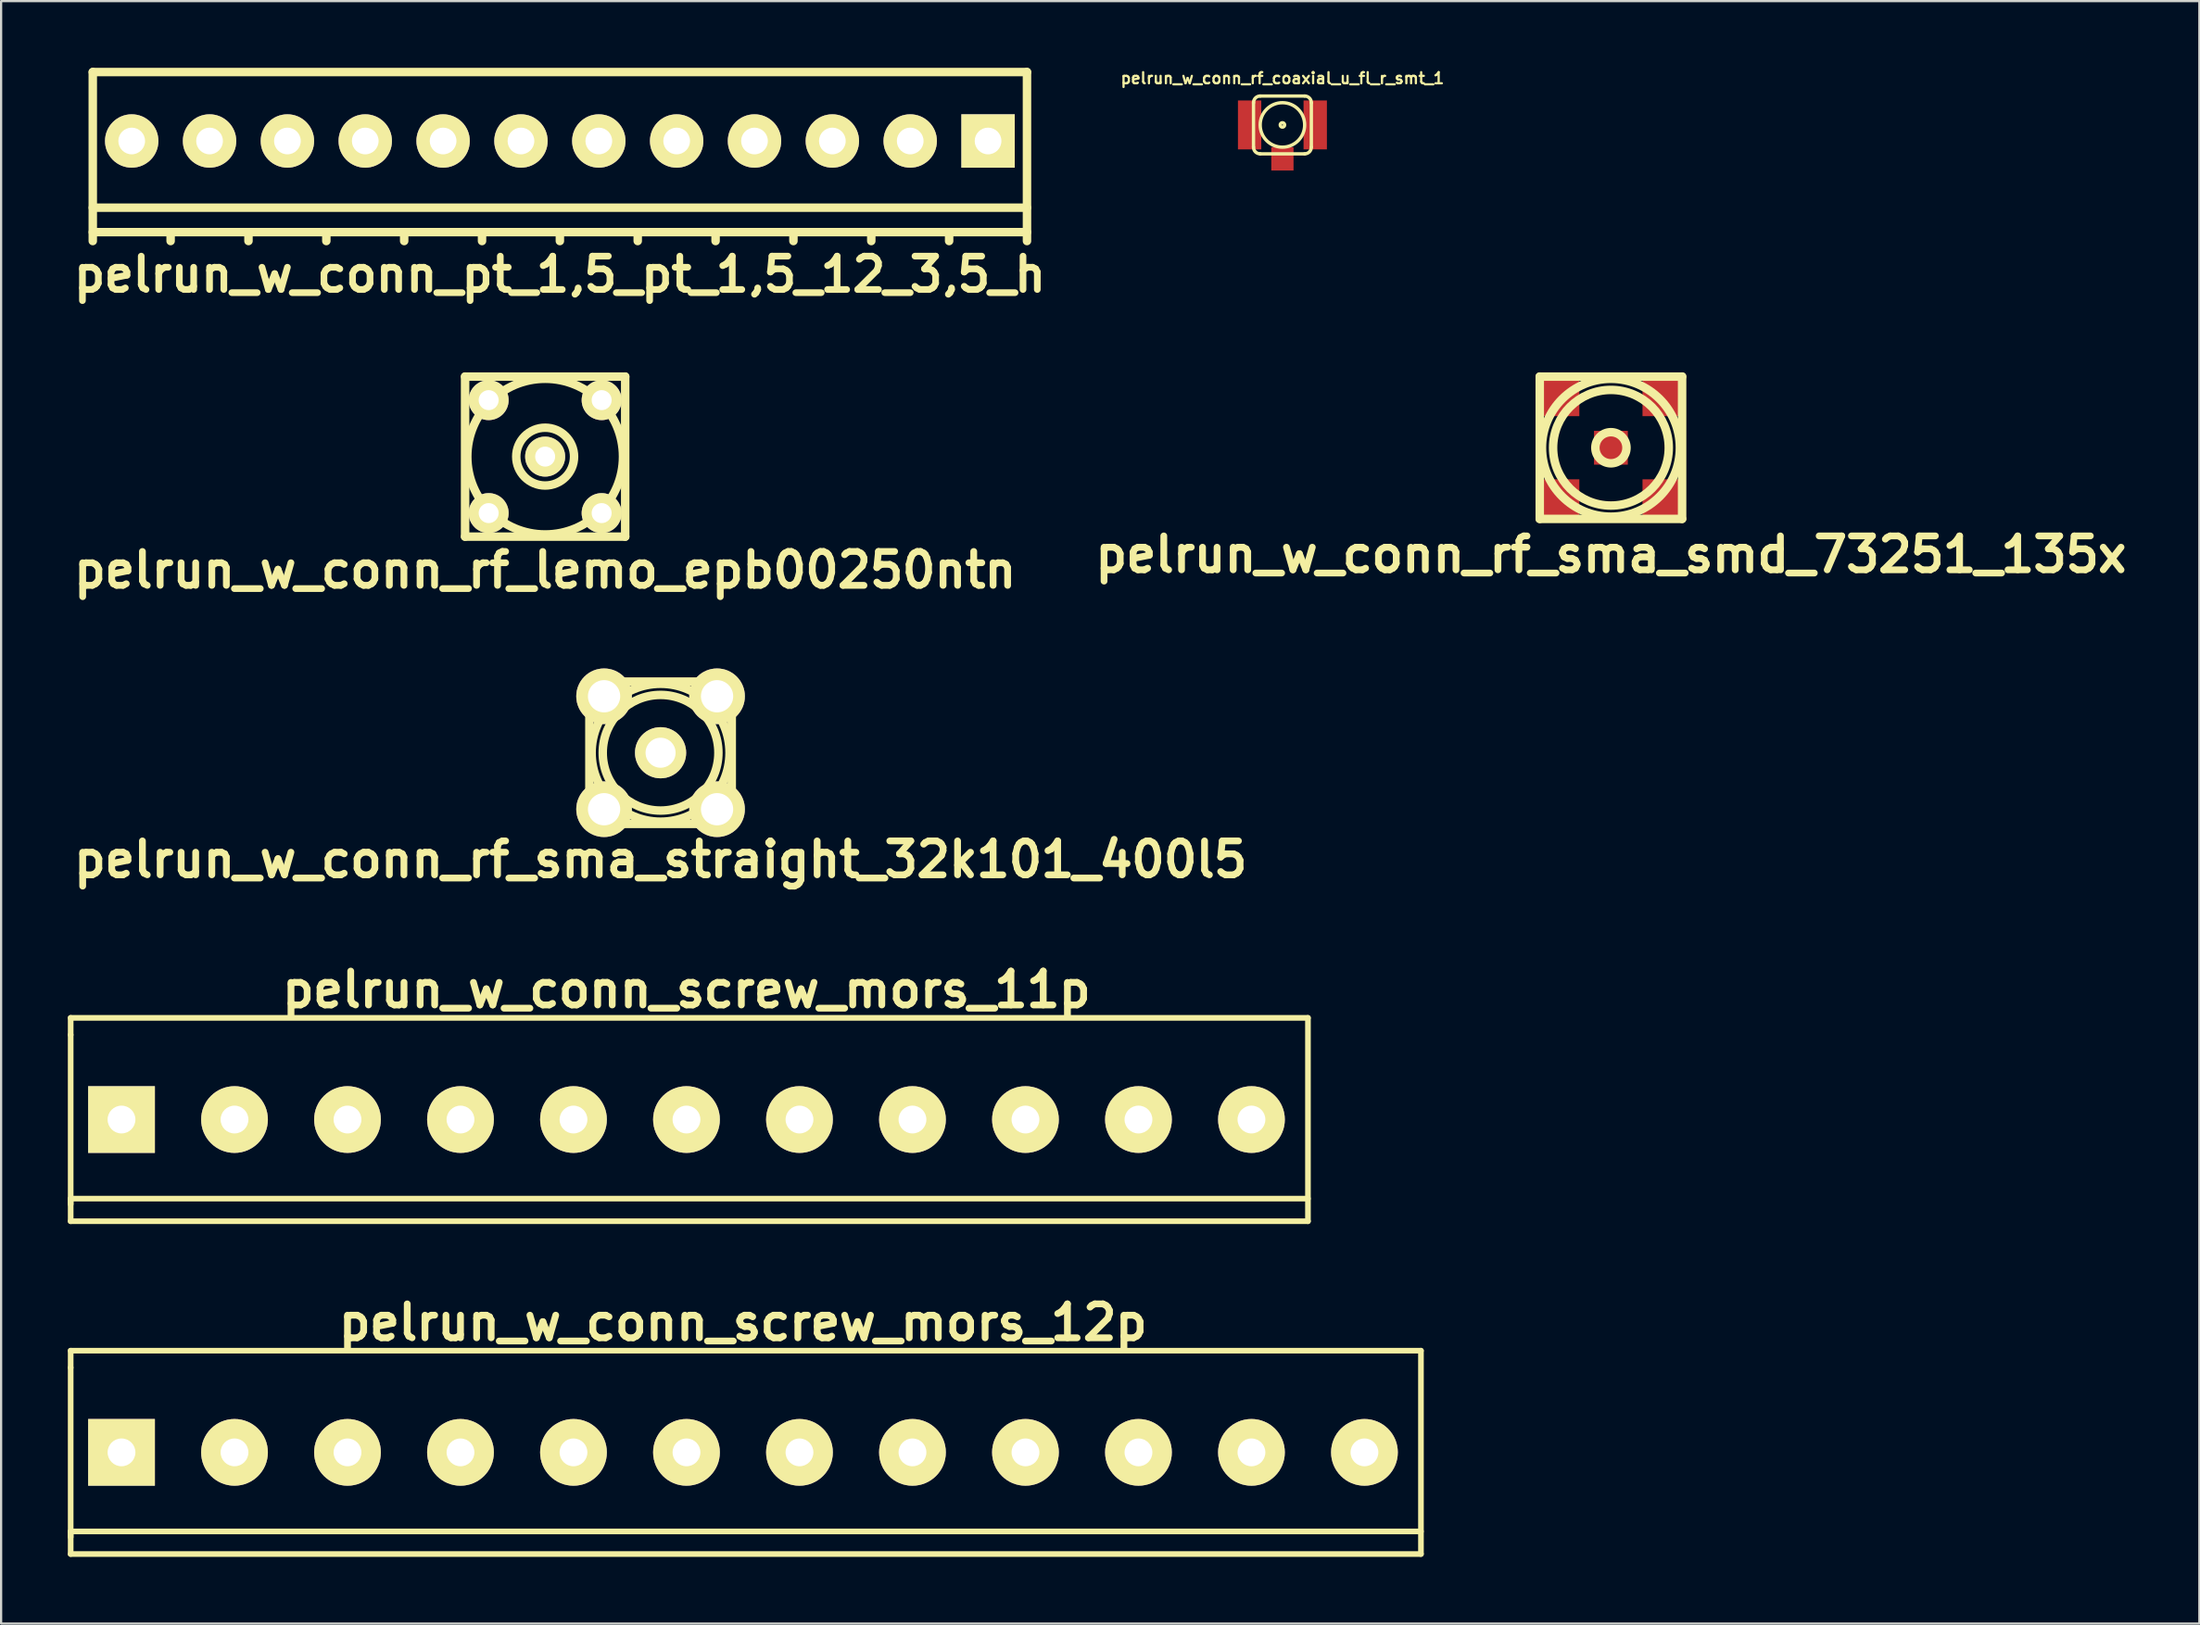
<source format=kicad_pcb>
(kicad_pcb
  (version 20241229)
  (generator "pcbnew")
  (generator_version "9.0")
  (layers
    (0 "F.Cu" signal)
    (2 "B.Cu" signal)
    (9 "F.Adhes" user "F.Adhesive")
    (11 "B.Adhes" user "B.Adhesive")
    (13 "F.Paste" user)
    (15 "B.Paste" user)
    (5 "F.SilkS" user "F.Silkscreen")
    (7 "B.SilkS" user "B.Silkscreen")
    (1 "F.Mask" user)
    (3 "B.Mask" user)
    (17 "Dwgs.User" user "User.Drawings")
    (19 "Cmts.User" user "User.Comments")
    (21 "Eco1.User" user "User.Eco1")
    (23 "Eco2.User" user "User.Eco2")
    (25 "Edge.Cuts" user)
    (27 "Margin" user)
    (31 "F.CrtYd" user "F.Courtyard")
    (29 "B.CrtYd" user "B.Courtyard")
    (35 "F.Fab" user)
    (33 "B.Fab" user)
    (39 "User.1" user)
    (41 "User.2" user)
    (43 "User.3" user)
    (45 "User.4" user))
  (footprint "pelrun_w_conn_screw_mors_11p"
    (layer "F.Cu")
    (at 27.813 47.296)
    (property "Reference" "pelrun_w_conn_screw_mors_11p" (at 0 -5.842 0) (layer "F.SilkS") (effects (font (size 1.524 1.524) (thickness 0.305))))
    (attr through_hole)
    (fp_line (start -27.686 -4.572) (end -27.686 -3.81) (stroke (width 0.254) (type solid)) (layer "F.SilkS"))
    (fp_line (start -27.686 3.81) (end -27.686 -3.81) (stroke (width 0.254) (type solid)) (layer "F.SilkS"))
    (fp_line (start -27.686 4.572) (end -27.686 3.556) (stroke (width 0.254) (type solid)) (layer "F.SilkS"))
    (fp_line (start -27.686 4.572) (end 27.94 4.572) (stroke (width 0.254) (type solid)) (layer "F.SilkS"))
    (fp_line (start 27.94 -4.572) (end -27.686 -4.572) (stroke (width 0.254) (type solid)) (layer "F.SilkS"))
    (fp_line (start 27.94 -4.572) (end 27.94 4.572) (stroke (width 0.254) (type solid)) (layer "F.SilkS"))
    (fp_line (start 27.94 3.556) (end -27.686 3.556) (stroke (width 0.254) (type solid)) (layer "F.SilkS"))
    (pad "1" thru_hole rect (at -25.4 0) (size 3 3) (drill 1.25) (layers "*.Cu" "*.Mask" "F.SilkS"))
    (pad "2" thru_hole circle (at -20.32 0) (size 3 3) (drill 1.25) (layers "*.Cu" "*.Mask" "F.SilkS"))
    (pad "3" thru_hole circle (at -15.24 0) (size 3 3) (drill 1.25) (layers "*.Cu" "*.Mask" "F.SilkS"))
    (pad "4" thru_hole circle (at -10.16 0) (size 3 3) (drill 1.25) (layers "*.Cu" "*.Mask" "F.SilkS"))
    (pad "5" thru_hole circle (at -5.08 0) (size 3 3) (drill 1.25) (layers "*.Cu" "*.Mask" "F.SilkS"))
    (pad "6" thru_hole circle (at 0 0) (size 3 3) (drill 1.25) (layers "*.Cu" "*.Mask" "F.SilkS"))
    (pad "7" thru_hole circle (at 5.08 0) (size 3 3) (drill 1.25) (layers "*.Cu" "*.Mask" "F.SilkS"))
    (pad "8" thru_hole circle (at 10.16 0) (size 3 3) (drill 1.25) (layers "*.Cu" "*.Mask" "F.SilkS"))
    (pad "9" thru_hole circle (at 15.24 0) (size 3 3) (drill 1.25) (layers "*.Cu" "*.Mask" "F.SilkS"))
    (pad "10" thru_hole circle (at 20.32 0) (size 3 3) (drill 1.25) (layers "*.Cu" "*.Mask" "F.SilkS"))
    (pad "11" thru_hole circle (at 25.4 0) (size 3 3) (drill 1.25) (layers "*.Cu" "*.Mask" "F.SilkS")))
  (footprint "pelrun_w_conn_rf_coaxial_u_fl_r_smt_1"
    (layer "F.Cu")
    (at 54.605 2.568)
    (property "Reference" "pelrun_w_conn_rf_coaxial_u_fl_r_smt_1" (at 0 -2.1 0) (layer "F.SilkS") (effects (font (size 0.5 0.5) (thickness 0.1))))
    (attr through_hole)
    (fp_line (start -1.3 1) (end -1.3 -1) (stroke (width 0.15) (type solid)) (layer "F.SilkS"))
    (fp_line (start -1 -1.3) (end 1 -1.3) (stroke (width 0.15) (type solid)) (layer "F.SilkS"))
    (fp_line (start 1 1.3) (end -1 1.3) (stroke (width 0.15) (type solid)) (layer "F.SilkS"))
    (fp_line (start 1.3 -1) (end 1.3 1) (stroke (width 0.15) (type solid)) (layer "F.SilkS"))
    (fp_arc (start -1.3 -1) (mid -1.212132 -1.212132) (end -1 -1.3) (stroke (width 0.15) (type solid)) (layer "F.SilkS"))
    (fp_arc (start -1 1.3) (mid -1.212132 1.212132) (end -1.3 1) (stroke (width 0.15) (type solid)) (layer "F.SilkS"))
    (fp_arc (start 1 -1.3) (mid 1.212132 -1.212132) (end 1.3 -1) (stroke (width 0.15) (type solid)) (layer "F.SilkS"))
    (fp_arc (start 1.3 1) (mid 1.212132 1.212132) (end 1 1.3) (stroke (width 0.15) (type solid)) (layer "F.SilkS"))
    (fp_circle (center 0 0) (end -1 0) (stroke (width 0.15) (type solid)) (fill no) (layer "F.SilkS"))
    (fp_circle (center 0 0) (end -0.1 0) (stroke (width 0.15) (type solid)) (fill no) (layer "F.SilkS"))
    (pad "1" smd rect (at 0 1.525) (size 1 1.05) (layers "F.Cu" "F.Mask" "F.Paste"))
    (pad "2" smd rect (at -1.475 0) (size 1.05 2.2) (layers "F.Cu" "F.Mask" "F.Paste"))
    (pad "2" smd rect (at 1.475 0) (size 1.05 2.2) (layers "F.Cu" "F.Mask" "F.Paste")))
  (footprint "pelrun_w_conn_pt_1,5_pt_1,5_12_3,5_h"
    (layer "F.Cu")
    (at 22.121 3.99)
    (property "Reference" "pelrun_w_conn_pt_1,5_pt_1,5_12_3,5_h" (at 0 5.3 0) (layer "F.SilkS") (effects (font (size 1.5 1.5) (thickness 0.3))))
    (attr through_hole)
    (fp_line (start -21 -3.8) (end -21 3.8) (stroke (width 0.381) (type solid)) (layer "F.SilkS"))
    (fp_line (start -21 2.3) (end 21 2.3) (stroke (width 0.381) (type solid)) (layer "F.SilkS"))
    (fp_line (start -21 3.4) (end 21 3.4) (stroke (width 0.381) (type solid)) (layer "F.SilkS"))
    (fp_line (start -17.5 3.4) (end -17.5 3.8) (stroke (width 0.381) (type solid)) (layer "F.SilkS"))
    (fp_line (start -14 3.4) (end -14 3.8) (stroke (width 0.381) (type solid)) (layer "F.SilkS"))
    (fp_line (start -10.5 3.4) (end -10.5 3.8) (stroke (width 0.381) (type solid)) (layer "F.SilkS"))
    (fp_line (start -7 3.4) (end -7 3.8) (stroke (width 0.381) (type solid)) (layer "F.SilkS"))
    (fp_line (start -3.5 3.4) (end -3.5 3.8) (stroke (width 0.381) (type solid)) (layer "F.SilkS"))
    (fp_line (start 0 3.4) (end 0 3.8) (stroke (width 0.381) (type solid)) (layer "F.SilkS"))
    (fp_line (start 3.5 3.4) (end 3.5 3.8) (stroke (width 0.381) (type solid)) (layer "F.SilkS"))
    (fp_line (start 7 3.4) (end 7 3.8) (stroke (width 0.381) (type solid)) (layer "F.SilkS"))
    (fp_line (start 10.5 3.4) (end 10.5 3.8) (stroke (width 0.381) (type solid)) (layer "F.SilkS"))
    (fp_line (start 14 3.4) (end 14 3.8) (stroke (width 0.381) (type solid)) (layer "F.SilkS"))
    (fp_line (start 17.5 3.4) (end 17.5 3.8) (stroke (width 0.381) (type solid)) (layer "F.SilkS"))
    (fp_line (start 21 -3.8) (end -21 -3.8) (stroke (width 0.381) (type solid)) (layer "F.SilkS"))
    (fp_line (start 21 3.8) (end 21 -3.8) (stroke (width 0.381) (type solid)) (layer "F.SilkS"))
    (pad "1" thru_hole rect (at 19.25 -0.7) (size 2.4 2.4) (drill 1.2) (layers "*.Cu" "*.Mask" "F.SilkS"))
    (pad "2" thru_hole circle (at 15.75 -0.7) (size 2.4 2.4) (drill 1.2) (layers "*.Cu" "*.Mask" "F.SilkS"))
    (pad "3" thru_hole circle (at 12.25 -0.7) (size 2.4 2.4) (drill 1.2) (layers "*.Cu" "*.Mask" "F.SilkS"))
    (pad "4" thru_hole circle (at 8.75 -0.7) (size 2.4 2.4) (drill 1.2) (layers "*.Cu" "*.Mask" "F.SilkS"))
    (pad "5" thru_hole circle (at 5.25 -0.7) (size 2.4 2.4) (drill 1.2) (layers "*.Cu" "*.Mask" "F.SilkS"))
    (pad "6" thru_hole circle (at 1.75 -0.7) (size 2.4 2.4) (drill 1.2) (layers "*.Cu" "*.Mask" "F.SilkS"))
    (pad "7" thru_hole circle (at -1.75 -0.7) (size 2.4 2.4) (drill 1.2) (layers "*.Cu" "*.Mask" "F.SilkS"))
    (pad "8" thru_hole circle (at -5.25 -0.7) (size 2.4 2.4) (drill 1.2) (layers "*.Cu" "*.Mask" "F.SilkS"))
    (pad "9" thru_hole circle (at -8.75 -0.7) (size 2.4 2.4) (drill 1.2) (layers "*.Cu" "*.Mask" "F.SilkS"))
    (pad "10" thru_hole circle (at -12.25 -0.7) (size 2.4 2.4) (drill 1.2) (layers "*.Cu" "*.Mask" "F.SilkS"))
    (pad "11" thru_hole circle (at -15.75 -0.7) (size 2.4 2.4) (drill 1.2) (layers "*.Cu" "*.Mask" "F.SilkS"))
    (pad "12" thru_hole circle (at -19.25 -0.7) (size 2.4 2.4) (drill 1.2) (layers "*.Cu" "*.Mask" "F.SilkS")))
  (footprint "pelrun_w_conn_screw_mors_12p"
    (layer "F.Cu")
    (at 30.353 62.263)
    (property "Reference" "pelrun_w_conn_screw_mors_12p" (at 0 -5.842 0) (layer "F.SilkS") (effects (font (size 1.524 1.524) (thickness 0.305))))
    (attr through_hole)
    (fp_line (start -30.226 -4.572) (end -30.226 -3.81) (stroke (width 0.254) (type solid)) (layer "F.SilkS"))
    (fp_line (start -30.226 3.81) (end -30.226 -3.81) (stroke (width 0.254) (type solid)) (layer "F.SilkS"))
    (fp_line (start -30.226 4.572) (end -30.226 3.556) (stroke (width 0.254) (type solid)) (layer "F.SilkS"))
    (fp_line (start -30.226 4.572) (end 30.48 4.572) (stroke (width 0.254) (type solid)) (layer "F.SilkS"))
    (fp_line (start 30.48 -4.572) (end -30.226 -4.572) (stroke (width 0.254) (type solid)) (layer "F.SilkS"))
    (fp_line (start 30.48 -4.572) (end 30.48 4.572) (stroke (width 0.254) (type solid)) (layer "F.SilkS"))
    (fp_line (start 30.48 3.556) (end -30.226 3.556) (stroke (width 0.254) (type solid)) (layer "F.SilkS"))
    (pad "1" thru_hole rect (at -27.94 0) (size 3 3) (drill 1.25) (layers "*.Cu" "*.Mask" "F.SilkS"))
    (pad "2" thru_hole circle (at -22.86 0) (size 3 3) (drill 1.25) (layers "*.Cu" "*.Mask" "F.SilkS"))
    (pad "3" thru_hole circle (at -17.78 0) (size 3 3) (drill 1.25) (layers "*.Cu" "*.Mask" "F.SilkS"))
    (pad "4" thru_hole circle (at -12.7 0) (size 3 3) (drill 1.25) (layers "*.Cu" "*.Mask" "F.SilkS"))
    (pad "5" thru_hole circle (at -7.62 0) (size 3 3) (drill 1.25) (layers "*.Cu" "*.Mask" "F.SilkS"))
    (pad "6" thru_hole circle (at -2.54 0) (size 3 3) (drill 1.25) (layers "*.Cu" "*.Mask" "F.SilkS"))
    (pad "7" thru_hole circle (at 2.54 0) (size 3 3) (drill 1.25) (layers "*.Cu" "*.Mask" "F.SilkS"))
    (pad "8" thru_hole circle (at 7.62 0) (size 3 3) (drill 1.25) (layers "*.Cu" "*.Mask" "F.SilkS"))
    (pad "9" thru_hole circle (at 12.7 0) (size 3 3) (drill 1.25) (layers "*.Cu" "*.Mask" "F.SilkS"))
    (pad "10" thru_hole circle (at 17.78 0) (size 3 3) (drill 1.25) (layers "*.Cu" "*.Mask" "F.SilkS"))
    (pad "11" thru_hole circle (at 22.86 0) (size 3 3) (drill 1.25) (layers "*.Cu" "*.Mask" "F.SilkS"))
    (pad "12" thru_hole circle (at 27.94 0) (size 3 3) (drill 1.25) (layers "*.Cu" "*.Mask" "F.SilkS")))
  (footprint "pelrun_w_conn_rf_sma_smd_73251_135x"
    (layer "F.Cu")
    (at 69.374 17.085)
    (property "Reference" "pelrun_w_conn_rf_sma_smd_73251_135x" (at 0 4.8 0) (layer "F.SilkS") (effects (font (size 1.524 1.524) (thickness 0.305))))
    (attr through_hole)
    (fp_line (start -3.2 -3.2) (end -3.2 3.2) (stroke (width 0.381) (type solid)) (layer "F.SilkS"))
    (fp_line (start -3.2 -3.2) (end 3.2 -3.2) (stroke (width 0.381) (type solid)) (layer "F.SilkS"))
    (fp_line (start 3.2 -3.2) (end 3.2 3.2) (stroke (width 0.381) (type solid)) (layer "F.SilkS"))
    (fp_line (start 3.2 3.2) (end -3.2 3.2) (stroke (width 0.381) (type solid)) (layer "F.SilkS"))
    (fp_circle (center 0 0) (end -3.1 0) (stroke (width 0.381) (type solid)) (fill no) (layer "F.SilkS"))
    (fp_circle (center 0 0) (end -2.6 0) (stroke (width 0.381) (type solid)) (fill no) (layer "F.SilkS"))
    (fp_circle (center 0 0) (end -0.7 0) (stroke (width 0.381) (type solid)) (fill no) (layer "F.SilkS"))
    (pad "1" smd rect (at 0 0) (size 1.52 1.52) (layers "F.Cu" "F.Mask" "F.Paste"))
    (pad "2" smd rect (at -2.375 -2.375) (size 1.91 1.91) (layers "F.Cu" "F.Mask" "F.Paste"))
    (pad "2" smd rect (at -2.375 2.375) (size 1.91 1.91) (layers "F.Cu" "F.Mask" "F.Paste"))
    (pad "2" smd rect (at 2.375 -2.375) (size 1.91 1.91) (layers "F.Cu" "F.Mask" "F.Paste"))
    (pad "2" smd rect (at 2.375 2.375) (size 1.91 1.91) (layers "F.Cu" "F.Mask" "F.Paste")))
  (footprint "pelrun_w_conn_rf_lemo_epb00250ntn"
    (layer "F.Cu")
    (at 21.459 17.484)
    (property "Reference" "pelrun_w_conn_rf_lemo_epb00250ntn" (at 0 5.1 0) (layer "F.SilkS") (effects (font (size 1.524 1.524) (thickness 0.305))))
    (attr through_hole)
    (fp_line (start -3.599 -3.599) (end 3.599 -3.599) (stroke (width 0.381) (type solid)) (layer "F.SilkS"))
    (fp_line (start -3.599 3.599) (end -3.599 -3.599) (stroke (width 0.381) (type solid)) (layer "F.SilkS"))
    (fp_line (start 3.599 -3.599) (end 3.599 3.599) (stroke (width 0.381) (type solid)) (layer "F.SilkS"))
    (fp_line (start 3.599 3.599) (end -3.599 3.599) (stroke (width 0.381) (type solid)) (layer "F.SilkS"))
    (fp_circle (center 0 0) (end -3.5 0) (stroke (width 0.381) (type solid)) (fill no) (layer "F.SilkS"))
    (fp_circle (center 0 0) (end -1.3 0) (stroke (width 0.381) (type solid)) (fill no) (layer "F.SilkS"))
    (pad "1" thru_hole circle (at 0 0) (size 1.798 1.798) (drill 0.899) (layers "*.Cu" "*.Mask" "F.SilkS"))
    (pad "2" thru_hole circle (at -2.54 -2.54) (size 1.796 1.796) (drill 0.899) (layers "*.Cu" "*.Mask" "F.SilkS"))
    (pad "2" thru_hole circle (at -2.54 2.54) (size 1.796 1.796) (drill 0.899) (layers "*.Cu" "*.Mask" "F.SilkS"))
    (pad "2" thru_hole circle (at 2.54 -2.54) (size 1.796 1.796) (drill 0.899) (layers "*.Cu" "*.Mask" "F.SilkS"))
    (pad "2" thru_hole circle (at 2.54 2.54) (size 1.796 1.796) (drill 0.899) (layers "*.Cu" "*.Mask" "F.SilkS")))
  (footprint "pelrun_w_conn_rf_sma_straight_32k101_400l5"
    (layer "F.Cu")
    (at 26.648 30.801)
    (property "Reference" "pelrun_w_conn_rf_sma_straight_32k101_400l5" (at 0 4.8 0) (layer "F.SilkS") (effects (font (size 1.524 1.524) (thickness 0.305))))
    (attr through_hole)
    (fp_line (start -3.2 -3.2) (end -3.2 3.2) (stroke (width 0.381) (type solid)) (layer "F.SilkS"))
    (fp_line (start -3.2 -3.2) (end 3.2 -3.2) (stroke (width 0.381) (type solid)) (layer "F.SilkS"))
    (fp_line (start 3.2 -3.2) (end 3.2 3.2) (stroke (width 0.381) (type solid)) (layer "F.SilkS"))
    (fp_line (start 3.2 3.2) (end -3.2 3.2) (stroke (width 0.381) (type solid)) (layer "F.SilkS"))
    (fp_circle (center 0 0) (end -3.1 0) (stroke (width 0.381) (type solid)) (fill no) (layer "F.SilkS"))
    (fp_circle (center 0 0) (end -2.6 0) (stroke (width 0.381) (type solid)) (fill no) (layer "F.SilkS"))
    (fp_circle (center 0 0) (end -0.7 0) (stroke (width 0.381) (type solid)) (fill no) (layer "F.SilkS"))
    (pad "1" thru_hole circle (at 0 0) (size 2.3 2.3) (drill 1.35) (layers "*.Cu" "*.Mask" "F.SilkS"))
    (pad "2" thru_hole circle (at -2.54 -2.54) (size 2.5 2.5) (drill 1.45) (layers "*.Cu" "*.Mask" "F.SilkS"))
    (pad "2" thru_hole circle (at -2.54 2.54) (size 2.5 2.5) (drill 1.45) (layers "*.Cu" "*.Mask" "F.SilkS"))
    (pad "2" thru_hole circle (at 2.54 -2.54) (size 2.5 2.5) (drill 1.45) (layers "*.Cu" "*.Mask" "F.SilkS"))
    (pad "2" thru_hole circle (at 2.54 2.54) (size 2.5 2.5) (drill 1.45) (layers "*.Cu" "*.Mask" "F.SilkS")))
  (gr_rect
    (start -3 -3)
    (end 95.829 69.962)
    (stroke (width 0.1) (type default))
    (fill no)
    (layer "Edge.Cuts")))
</source>
